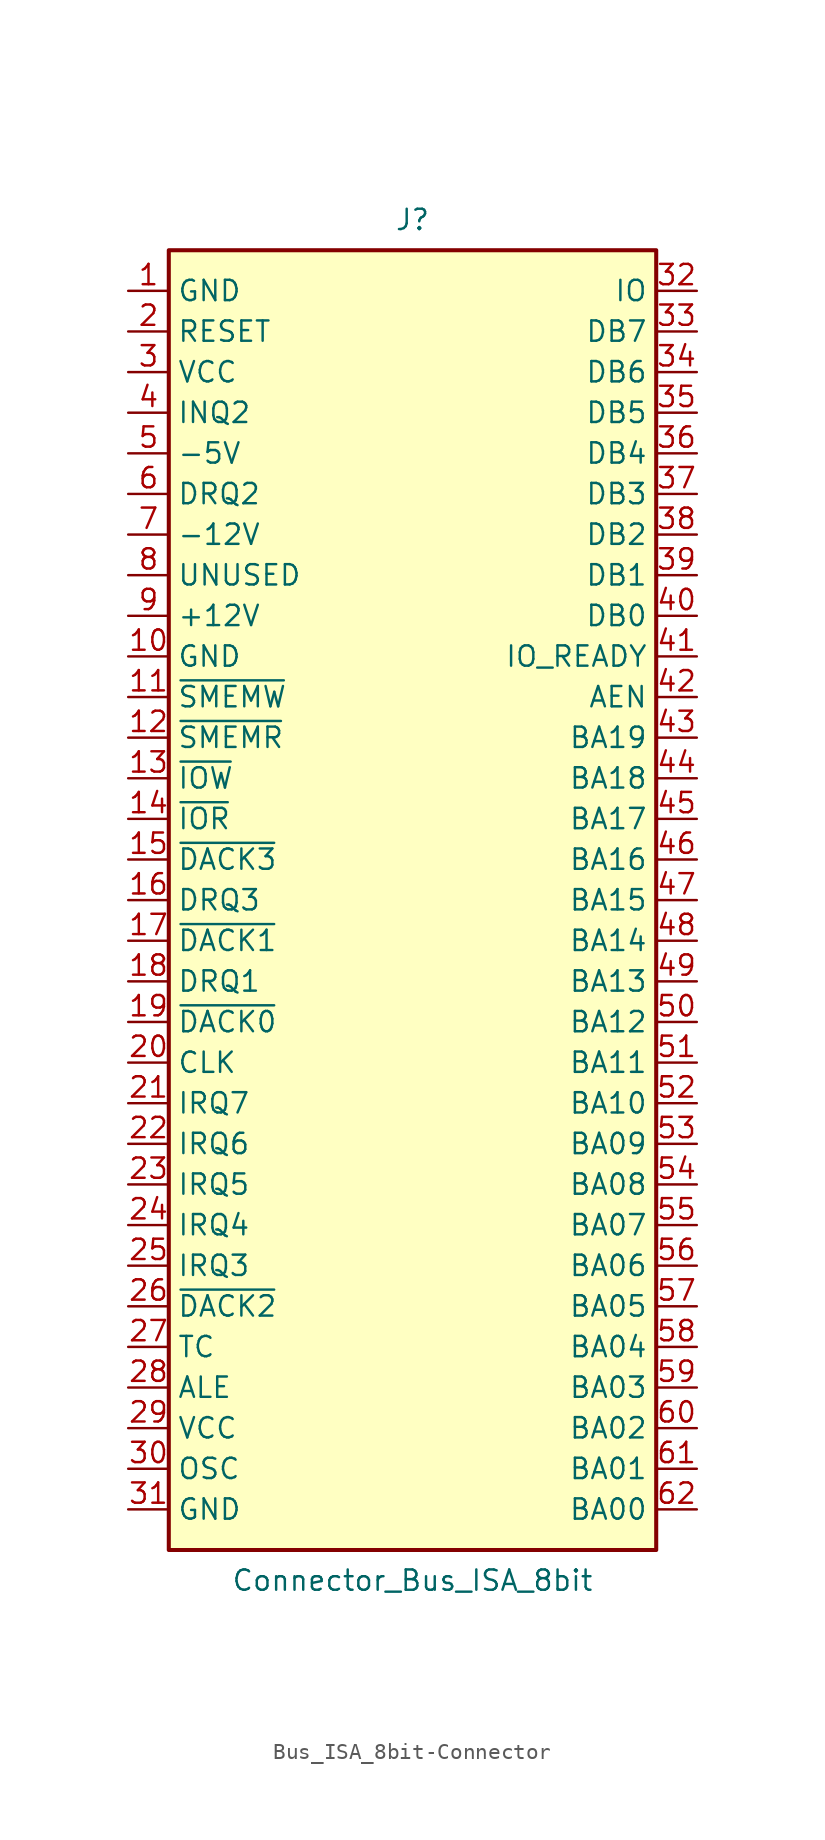
<source format=kicad_sym>
(kicad_symbol_lib
  (version 20220914)
  (generator kicad_symbol_editor)
  (symbol "Bus_ISA_8bit-Connector"
    (property "Reference" "J"
      (at 0 42.545 0)
      (effects (font (size 1.27 1.27))))
    (property "Value" "Connector_Bus_ISA_8bit"
      (at 0 -42.545 0)
      (effects (font (size 1.27 1.27))))
    (symbol "Bus_ISA_8bit-Connector_0_1"
      (rectangle (start -15.24 -40.64) (end 15.24 40.64) (stroke (width 0.254) (type solid)) (fill (type background))))
    (symbol "Bus_ISA_8bit-Connector_1_1"
      (pin power_in line (at -17.78 38.1 0) (length 2.54) (name "GND" (effects (font (size 1.27 1.27)))) (number "1" (effects (font (size 1.27 1.27)))))
      (pin power_in line (at -17.78 15.24 0) (length 2.54) (name "GND" (effects (font (size 1.27 1.27)))) (number "10" (effects (font (size 1.27 1.27)))))
      (pin output line (at -17.78 12.7 0) (length 2.54) (name "~{SMEMW}" (effects (font (size 1.27 1.27)))) (number "11" (effects (font (size 1.27 1.27)))))
      (pin output line (at -17.78 10.16 0) (length 2.54) (name "~{SMEMR}" (effects (font (size 1.27 1.27)))) (number "12" (effects (font (size 1.27 1.27)))))
      (pin output line (at -17.78 7.62 0) (length 2.54) (name "~{IOW}" (effects (font (size 1.27 1.27)))) (number "13" (effects (font (size 1.27 1.27)))))
      (pin output line (at -17.78 5.08 0) (length 2.54) (name "~{IOR}" (effects (font (size 1.27 1.27)))) (number "14" (effects (font (size 1.27 1.27)))))
      (pin passive line (at -17.78 2.54 0) (length 2.54) (name "~{DACK3}" (effects (font (size 1.27 1.27)))) (number "15" (effects (font (size 1.27 1.27)))))
      (pin passive line (at -17.78 0 0) (length 2.54) (name "DRQ3" (effects (font (size 1.27 1.27)))) (number "16" (effects (font (size 1.27 1.27)))))
      (pin passive line (at -17.78 -2.54 0) (length 2.54) (name "~{DACK1}" (effects (font (size 1.27 1.27)))) (number "17" (effects (font (size 1.27 1.27)))))
      (pin passive line (at -17.78 -5.08 0) (length 2.54) (name "DRQ1" (effects (font (size 1.27 1.27)))) (number "18" (effects (font (size 1.27 1.27)))))
      (pin passive line (at -17.78 -7.62 0) (length 2.54) (name "~{DACK0}" (effects (font (size 1.27 1.27)))) (number "19" (effects (font (size 1.27 1.27)))))
      (pin output line (at -17.78 35.56 0) (length 2.54) (name "RESET" (effects (font (size 1.27 1.27)))) (number "2" (effects (font (size 1.27 1.27)))))
      (pin output line (at -17.78 -10.16 0) (length 2.54) (name "CLK" (effects (font (size 1.27 1.27)))) (number "20" (effects (font (size 1.27 1.27)))))
      (pin passive line (at -17.78 -12.7 0) (length 2.54) (name "IRQ7" (effects (font (size 1.27 1.27)))) (number "21" (effects (font (size 1.27 1.27)))))
      (pin passive line (at -17.78 -15.24 0) (length 2.54) (name "IRQ6" (effects (font (size 1.27 1.27)))) (number "22" (effects (font (size 1.27 1.27)))))
      (pin passive line (at -17.78 -17.78 0) (length 2.54) (name "IRQ5" (effects (font (size 1.27 1.27)))) (number "23" (effects (font (size 1.27 1.27)))))
      (pin passive line (at -17.78 -20.32 0) (length 2.54) (name "IRQ4" (effects (font (size 1.27 1.27)))) (number "24" (effects (font (size 1.27 1.27)))))
      (pin passive line (at -17.78 -22.86 0) (length 2.54) (name "IRQ3" (effects (font (size 1.27 1.27)))) (number "25" (effects (font (size 1.27 1.27)))))
      (pin passive line (at -17.78 -25.4 0) (length 2.54) (name "~{DACK2}" (effects (font (size 1.27 1.27)))) (number "26" (effects (font (size 1.27 1.27)))))
      (pin passive line (at -17.78 -27.94 0) (length 2.54) (name "TC" (effects (font (size 1.27 1.27)))) (number "27" (effects (font (size 1.27 1.27)))))
      (pin output line (at -17.78 -30.48 0) (length 2.54) (name "ALE" (effects (font (size 1.27 1.27)))) (number "28" (effects (font (size 1.27 1.27)))))
      (pin power_in line (at -17.78 -33.02 0) (length 2.54) (name "VCC" (effects (font (size 1.27 1.27)))) (number "29" (effects (font (size 1.27 1.27)))))
      (pin power_in line (at -17.78 33.02 0) (length 2.54) (name "VCC" (effects (font (size 1.27 1.27)))) (number "3" (effects (font (size 1.27 1.27)))))
      (pin output line (at -17.78 -35.56 0) (length 2.54) (name "OSC" (effects (font (size 1.27 1.27)))) (number "30" (effects (font (size 1.27 1.27)))))
      (pin power_in line (at -17.78 -38.1 0) (length 2.54) (name "GND" (effects (font (size 1.27 1.27)))) (number "31" (effects (font (size 1.27 1.27)))))
      (pin passive line (at 17.78 38.1 180) (length 2.54) (name "IO" (effects (font (size 1.27 1.27)))) (number "32" (effects (font (size 1.27 1.27)))))
      (pin tri_state line (at 17.78 35.56 180) (length 2.54) (name "DB7" (effects (font (size 1.27 1.27)))) (number "33" (effects (font (size 1.27 1.27)))))
      (pin tri_state line (at 17.78 33.02 180) (length 2.54) (name "DB6" (effects (font (size 1.27 1.27)))) (number "34" (effects (font (size 1.27 1.27)))))
      (pin tri_state line (at 17.78 30.48 180) (length 2.54) (name "DB5" (effects (font (size 1.27 1.27)))) (number "35" (effects (font (size 1.27 1.27)))))
      (pin tri_state line (at 17.78 27.94 180) (length 2.54) (name "DB4" (effects (font (size 1.27 1.27)))) (number "36" (effects (font (size 1.27 1.27)))))
      (pin tri_state line (at 17.78 25.4 180) (length 2.54) (name "DB3" (effects (font (size 1.27 1.27)))) (number "37" (effects (font (size 1.27 1.27)))))
      (pin tri_state line (at 17.78 22.86 180) (length 2.54) (name "DB2" (effects (font (size 1.27 1.27)))) (number "38" (effects (font (size 1.27 1.27)))))
      (pin tri_state line (at 17.78 20.32 180) (length 2.54) (name "DB1" (effects (font (size 1.27 1.27)))) (number "39" (effects (font (size 1.27 1.27)))))
      (pin passive line (at -17.78 30.48 0) (length 2.54) (name "INQ2" (effects (font (size 1.27 1.27)))) (number "4" (effects (font (size 1.27 1.27)))))
      (pin tri_state line (at 17.78 17.78 180) (length 2.54) (name "DB0" (effects (font (size 1.27 1.27)))) (number "40" (effects (font (size 1.27 1.27)))))
      (pin passive line (at 17.78 15.24 180) (length 2.54) (name "IO_READY" (effects (font (size 1.27 1.27)))) (number "41" (effects (font (size 1.27 1.27)))))
      (pin output line (at 17.78 12.7 180) (length 2.54) (name "AEN" (effects (font (size 1.27 1.27)))) (number "42" (effects (font (size 1.27 1.27)))))
      (pin tri_state line (at 17.78 10.16 180) (length 2.54) (name "BA19" (effects (font (size 1.27 1.27)))) (number "43" (effects (font (size 1.27 1.27)))))
      (pin tri_state line (at 17.78 7.62 180) (length 2.54) (name "BA18" (effects (font (size 1.27 1.27)))) (number "44" (effects (font (size 1.27 1.27)))))
      (pin tri_state line (at 17.78 5.08 180) (length 2.54) (name "BA17" (effects (font (size 1.27 1.27)))) (number "45" (effects (font (size 1.27 1.27)))))
      (pin tri_state line (at 17.78 2.54 180) (length 2.54) (name "BA16" (effects (font (size 1.27 1.27)))) (number "46" (effects (font (size 1.27 1.27)))))
      (pin tri_state line (at 17.78 0 180) (length 2.54) (name "BA15" (effects (font (size 1.27 1.27)))) (number "47" (effects (font (size 1.27 1.27)))))
      (pin tri_state line (at 17.78 -2.54 180) (length 2.54) (name "BA14" (effects (font (size 1.27 1.27)))) (number "48" (effects (font (size 1.27 1.27)))))
      (pin tri_state line (at 17.78 -5.08 180) (length 2.54) (name "BA13" (effects (font (size 1.27 1.27)))) (number "49" (effects (font (size 1.27 1.27)))))
      (pin power_in line (at -17.78 27.94 0) (length 2.54) (name "-5V" (effects (font (size 1.27 1.27)))) (number "5" (effects (font (size 1.27 1.27)))))
      (pin tri_state line (at 17.78 -7.62 180) (length 2.54) (name "BA12" (effects (font (size 1.27 1.27)))) (number "50" (effects (font (size 1.27 1.27)))))
      (pin tri_state line (at 17.78 -10.16 180) (length 2.54) (name "BA11" (effects (font (size 1.27 1.27)))) (number "51" (effects (font (size 1.27 1.27)))))
      (pin tri_state line (at 17.78 -12.7 180) (length 2.54) (name "BA10" (effects (font (size 1.27 1.27)))) (number "52" (effects (font (size 1.27 1.27)))))
      (pin tri_state line (at 17.78 -15.24 180) (length 2.54) (name "BA09" (effects (font (size 1.27 1.27)))) (number "53" (effects (font (size 1.27 1.27)))))
      (pin tri_state line (at 17.78 -17.78 180) (length 2.54) (name "BA08" (effects (font (size 1.27 1.27)))) (number "54" (effects (font (size 1.27 1.27)))))
      (pin tri_state line (at 17.78 -20.32 180) (length 2.54) (name "BA07" (effects (font (size 1.27 1.27)))) (number "55" (effects (font (size 1.27 1.27)))))
      (pin tri_state line (at 17.78 -22.86 180) (length 2.54) (name "BA06" (effects (font (size 1.27 1.27)))) (number "56" (effects (font (size 1.27 1.27)))))
      (pin tri_state line (at 17.78 -25.4 180) (length 2.54) (name "BA05" (effects (font (size 1.27 1.27)))) (number "57" (effects (font (size 1.27 1.27)))))
      (pin tri_state line (at 17.78 -27.94 180) (length 2.54) (name "BA04" (effects (font (size 1.27 1.27)))) (number "58" (effects (font (size 1.27 1.27)))))
      (pin tri_state line (at 17.78 -30.48 180) (length 2.54) (name "BA03" (effects (font (size 1.27 1.27)))) (number "59" (effects (font (size 1.27 1.27)))))
      (pin passive line (at -17.78 25.4 0) (length 2.54) (name "DRQ2" (effects (font (size 1.27 1.27)))) (number "6" (effects (font (size 1.27 1.27)))))
      (pin tri_state line (at 17.78 -33.02 180) (length 2.54) (name "BA02" (effects (font (size 1.27 1.27)))) (number "60" (effects (font (size 1.27 1.27)))))
      (pin tri_state line (at 17.78 -35.56 180) (length 2.54) (name "BA01" (effects (font (size 1.27 1.27)))) (number "61" (effects (font (size 1.27 1.27)))))
      (pin tri_state line (at 17.78 -38.1 180) (length 2.54) (name "BA00" (effects (font (size 1.27 1.27)))) (number "62" (effects (font (size 1.27 1.27)))))
      (pin power_in line (at -17.78 22.86 0) (length 2.54) (name "-12V" (effects (font (size 1.27 1.27)))) (number "7" (effects (font (size 1.27 1.27)))))
      (pin passive line (at -17.78 20.32 0) (length 2.54) (name "UNUSED" (effects (font (size 1.27 1.27)))) (number "8" (effects (font (size 1.27 1.27)))))
      (pin power_in line (at -17.78 17.78 0) (length 2.54) (name "+12V" (effects (font (size 1.27 1.27)))) (number "9" (effects (font (size 1.27 1.27))))))))
</source>
